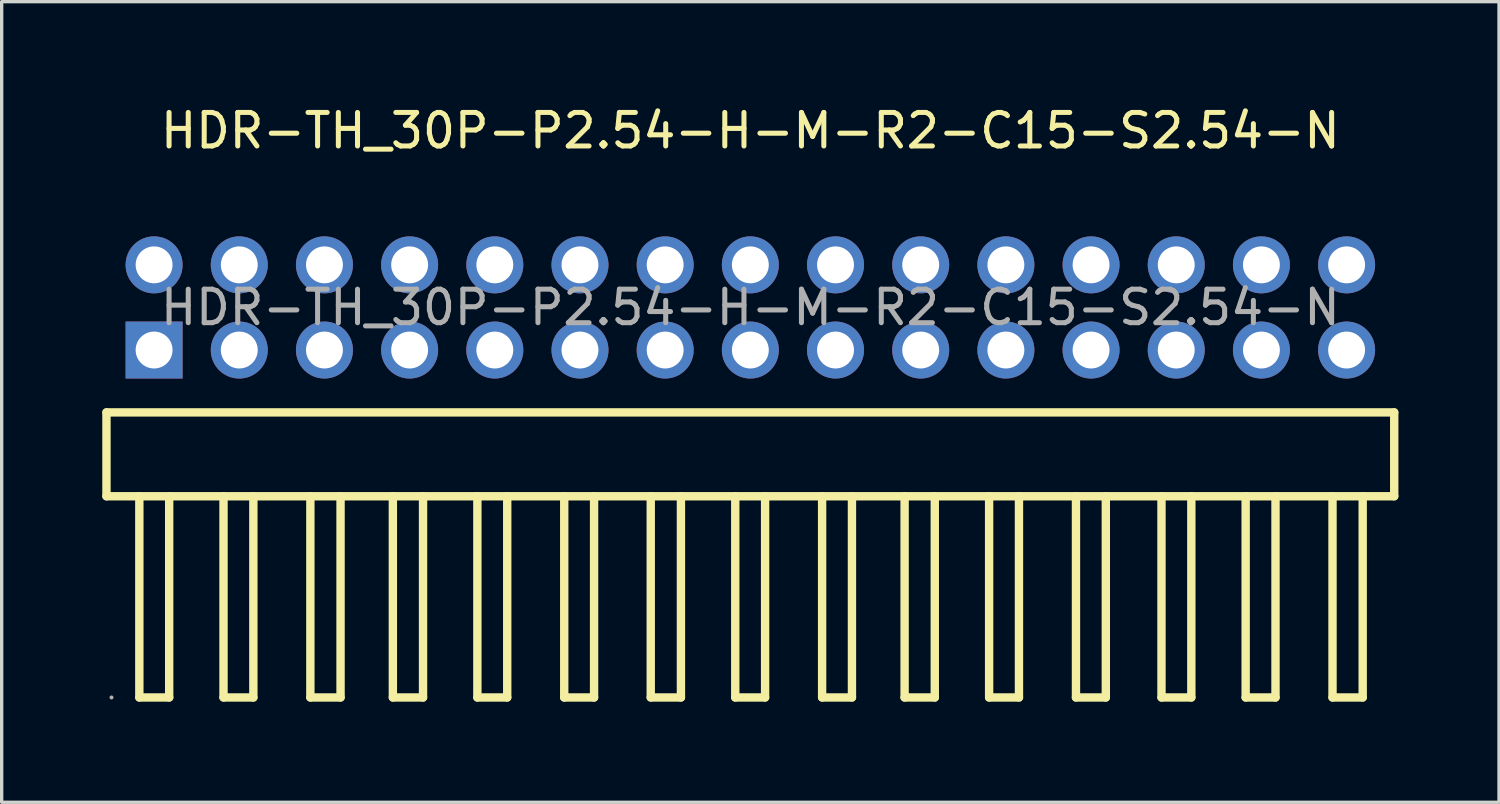
<source format=kicad_pcb>
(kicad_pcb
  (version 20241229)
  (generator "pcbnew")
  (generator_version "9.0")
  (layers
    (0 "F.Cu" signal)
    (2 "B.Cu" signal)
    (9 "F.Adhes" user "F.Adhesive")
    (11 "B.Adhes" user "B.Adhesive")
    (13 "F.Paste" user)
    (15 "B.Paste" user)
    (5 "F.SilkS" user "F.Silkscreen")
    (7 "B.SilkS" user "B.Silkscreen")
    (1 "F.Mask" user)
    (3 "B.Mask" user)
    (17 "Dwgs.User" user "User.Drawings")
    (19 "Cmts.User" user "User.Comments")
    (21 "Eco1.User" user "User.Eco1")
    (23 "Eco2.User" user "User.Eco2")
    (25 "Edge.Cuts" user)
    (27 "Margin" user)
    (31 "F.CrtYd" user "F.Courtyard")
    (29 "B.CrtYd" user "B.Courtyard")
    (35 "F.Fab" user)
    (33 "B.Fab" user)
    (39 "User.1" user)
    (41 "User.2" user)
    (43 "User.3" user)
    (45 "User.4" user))
  (footprint "HDR-TH_30P-P2.54-H-M-R2-C15-S2.54-N"
    (layer "F.Cu")
    (at 19.325 6.118)
    (property "Reference" "HDR-TH_30P-P2.54-H-M-R2-C15-S2.54-N" (at 0 -5.27 0) (layer "F.SilkS") (effects (font (size 1 1) (thickness 0.15))))
    (attr through_hole)
    (fp_line (start -19.2 3.13) (end 19.2 3.13) (stroke (width 0.25) (type solid)) (layer "F.SilkS"))
    (fp_line (start -19.2 5.63) (end -19.2 3.13) (stroke (width 0.25) (type solid)) (layer "F.SilkS"))
    (fp_line (start -19.2 5.63) (end 19.2 5.63) (stroke (width 0.25) (type solid)) (layer "F.SilkS"))
    (fp_line (start -18.22 5.63) (end -18.22 11.63) (stroke (width 0.25) (type solid)) (layer "F.SilkS"))
    (fp_line (start -18.22 11.63) (end -17.33 11.63) (stroke (width 0.25) (type solid)) (layer "F.SilkS"))
    (fp_line (start -17.33 11.63) (end -17.33 5.63) (stroke (width 0.25) (type solid)) (layer "F.SilkS"))
    (fp_line (start -15.71 5.63) (end -15.71 11.63) (stroke (width 0.25) (type solid)) (layer "F.SilkS"))
    (fp_line (start -15.71 11.63) (end -14.82 11.63) (stroke (width 0.25) (type solid)) (layer "F.SilkS"))
    (fp_line (start -14.82 11.63) (end -14.82 5.63) (stroke (width 0.25) (type solid)) (layer "F.SilkS"))
    (fp_line (start -13.12 5.63) (end -13.12 11.63) (stroke (width 0.25) (type solid)) (layer "F.SilkS"))
    (fp_line (start -13.12 11.63) (end -12.22 11.63) (stroke (width 0.25) (type solid)) (layer "F.SilkS"))
    (fp_line (start -12.22 11.63) (end -12.22 5.63) (stroke (width 0.25) (type solid)) (layer "F.SilkS"))
    (fp_line (start -10.66 5.63) (end -10.66 11.63) (stroke (width 0.25) (type solid)) (layer "F.SilkS"))
    (fp_line (start -10.66 11.63) (end -9.76 11.63) (stroke (width 0.25) (type solid)) (layer "F.SilkS"))
    (fp_line (start -9.76 11.63) (end -9.76 5.63) (stroke (width 0.25) (type solid)) (layer "F.SilkS"))
    (fp_line (start -8.14 5.63) (end -8.14 11.63) (stroke (width 0.25) (type solid)) (layer "F.SilkS"))
    (fp_line (start -8.14 11.63) (end -7.25 11.63) (stroke (width 0.25) (type solid)) (layer "F.SilkS"))
    (fp_line (start -7.25 11.63) (end -7.25 5.63) (stroke (width 0.25) (type solid)) (layer "F.SilkS"))
    (fp_line (start -5.55 5.63) (end -5.55 11.63) (stroke (width 0.25) (type solid)) (layer "F.SilkS"))
    (fp_line (start -5.55 11.63) (end -4.66 11.63) (stroke (width 0.25) (type solid)) (layer "F.SilkS"))
    (fp_line (start -4.66 11.63) (end -4.66 5.63) (stroke (width 0.25) (type solid)) (layer "F.SilkS"))
    (fp_line (start -2.97 5.63) (end -2.97 11.63) (stroke (width 0.25) (type solid)) (layer "F.SilkS"))
    (fp_line (start -2.97 11.63) (end -2.07 11.63) (stroke (width 0.25) (type solid)) (layer "F.SilkS"))
    (fp_line (start -2.07 11.63) (end -2.07 5.63) (stroke (width 0.25) (type solid)) (layer "F.SilkS"))
    (fp_line (start -0.45 5.63) (end -0.45 11.63) (stroke (width 0.25) (type solid)) (layer "F.SilkS"))
    (fp_line (start -0.45 11.63) (end 0.44 11.63) (stroke (width 0.25) (type solid)) (layer "F.SilkS"))
    (fp_line (start 0.44 11.63) (end 0.44 5.63) (stroke (width 0.25) (type solid)) (layer "F.SilkS"))
    (fp_line (start 2.14 5.63) (end 2.14 11.63) (stroke (width 0.25) (type solid)) (layer "F.SilkS"))
    (fp_line (start 2.14 11.63) (end 3.03 11.63) (stroke (width 0.25) (type solid)) (layer "F.SilkS"))
    (fp_line (start 3.03 11.63) (end 3.03 5.63) (stroke (width 0.25) (type solid)) (layer "F.SilkS"))
    (fp_line (start 4.6 5.63) (end 4.6 11.63) (stroke (width 0.25) (type solid)) (layer "F.SilkS"))
    (fp_line (start 4.6 11.63) (end 5.5 11.63) (stroke (width 0.25) (type solid)) (layer "F.SilkS"))
    (fp_line (start 5.5 11.63) (end 5.5 5.63) (stroke (width 0.25) (type solid)) (layer "F.SilkS"))
    (fp_line (start 7.12 5.63) (end 7.12 11.63) (stroke (width 0.25) (type solid)) (layer "F.SilkS"))
    (fp_line (start 7.12 11.63) (end 8.01 11.63) (stroke (width 0.25) (type solid)) (layer "F.SilkS"))
    (fp_line (start 8.01 11.63) (end 8.01 5.63) (stroke (width 0.25) (type solid)) (layer "F.SilkS"))
    (fp_line (start 9.71 5.63) (end 9.71 11.63) (stroke (width 0.25) (type solid)) (layer "F.SilkS"))
    (fp_line (start 9.71 11.63) (end 10.6 11.63) (stroke (width 0.25) (type solid)) (layer "F.SilkS"))
    (fp_line (start 10.6 11.63) (end 10.6 5.63) (stroke (width 0.25) (type solid)) (layer "F.SilkS"))
    (fp_line (start 12.26 5.63) (end 12.26 11.63) (stroke (width 0.25) (type solid)) (layer "F.SilkS"))
    (fp_line (start 12.26 11.63) (end 13.15 11.63) (stroke (width 0.25) (type solid)) (layer "F.SilkS"))
    (fp_line (start 13.15 11.63) (end 13.15 5.63) (stroke (width 0.25) (type solid)) (layer "F.SilkS"))
    (fp_line (start 14.77 5.63) (end 14.77 11.63) (stroke (width 0.25) (type solid)) (layer "F.SilkS"))
    (fp_line (start 14.77 11.63) (end 15.66 11.63) (stroke (width 0.25) (type solid)) (layer "F.SilkS"))
    (fp_line (start 15.66 11.63) (end 15.66 5.63) (stroke (width 0.25) (type solid)) (layer "F.SilkS"))
    (fp_line (start 17.36 5.63) (end 17.36 11.63) (stroke (width 0.25) (type solid)) (layer "F.SilkS"))
    (fp_line (start 17.36 11.63) (end 18.26 11.63) (stroke (width 0.25) (type solid)) (layer "F.SilkS"))
    (fp_line (start 18.26 11.63) (end 18.26 5.63) (stroke (width 0.25) (type solid)) (layer "F.SilkS"))
    (fp_line (start 19.2 5.63) (end 19.2 3.13) (stroke (width 0.25) (type solid)) (layer "F.SilkS"))
    (fp_circle (center -19.05 11.63) (end -19.02 11.63) (stroke (width 0.06) (type solid)) (fill no) (layer "F.Fab"))
    (fp_text user "${REFERENCE}" (at 0 0 0) (layer "F.Fab") (effects (font (size 1 1) (thickness 0.15))))
    (pad "1" thru_hole rect (at -17.78 1.27) (size 1.7 1.7) (drill 1.1) (layers "*.Cu" "*.Mask"))
    (pad "2" thru_hole circle (at -17.78 -1.27) (size 1.7 1.7) (drill 1.1) (layers "*.Cu" "*.Mask"))
    (pad "3" thru_hole circle (at -15.24 1.27) (size 1.7 1.7) (drill 1.1) (layers "*.Cu" "*.Mask"))
    (pad "4" thru_hole circle (at -15.24 -1.27) (size 1.7 1.7) (drill 1.1) (layers "*.Cu" "*.Mask"))
    (pad "5" thru_hole circle (at -12.7 1.27) (size 1.7 1.7) (drill 1.1) (layers "*.Cu" "*.Mask"))
    (pad "6" thru_hole circle (at -12.7 -1.27) (size 1.7 1.7) (drill 1.1) (layers "*.Cu" "*.Mask"))
    (pad "7" thru_hole circle (at -10.16 1.27) (size 1.7 1.7) (drill 1.1) (layers "*.Cu" "*.Mask"))
    (pad "8" thru_hole circle (at -10.16 -1.27) (size 1.7 1.7) (drill 1.1) (layers "*.Cu" "*.Mask"))
    (pad "9" thru_hole circle (at -7.62 1.27) (size 1.7 1.7) (drill 1.1) (layers "*.Cu" "*.Mask"))
    (pad "10" thru_hole circle (at -7.62 -1.27) (size 1.7 1.7) (drill 1.1) (layers "*.Cu" "*.Mask"))
    (pad "11" thru_hole circle (at -5.08 1.27) (size 1.7 1.7) (drill 1.1) (layers "*.Cu" "*.Mask"))
    (pad "12" thru_hole circle (at -5.08 -1.27) (size 1.7 1.7) (drill 1.1) (layers "*.Cu" "*.Mask"))
    (pad "13" thru_hole circle (at -2.54 1.27) (size 1.7 1.7) (drill 1.1) (layers "*.Cu" "*.Mask"))
    (pad "14" thru_hole circle (at -2.54 -1.27) (size 1.7 1.7) (drill 1.1) (layers "*.Cu" "*.Mask"))
    (pad "15" thru_hole circle (at 0 1.27) (size 1.7 1.7) (drill 1.1) (layers "*.Cu" "*.Mask"))
    (pad "16" thru_hole circle (at 0 -1.27) (size 1.7 1.7) (drill 1.1) (layers "*.Cu" "*.Mask"))
    (pad "17" thru_hole circle (at 2.54 1.27) (size 1.7 1.7) (drill 1.1) (layers "*.Cu" "*.Mask"))
    (pad "18" thru_hole circle (at 2.54 -1.27) (size 1.7 1.7) (drill 1.1) (layers "*.Cu" "*.Mask"))
    (pad "19" thru_hole circle (at 5.08 1.27) (size 1.7 1.7) (drill 1.1) (layers "*.Cu" "*.Mask"))
    (pad "20" thru_hole circle (at 5.08 -1.27) (size 1.7 1.7) (drill 1.1) (layers "*.Cu" "*.Mask"))
    (pad "21" thru_hole circle (at 7.62 1.27) (size 1.7 1.7) (drill 1.1) (layers "*.Cu" "*.Mask"))
    (pad "22" thru_hole circle (at 7.62 -1.27) (size 1.7 1.7) (drill 1.1) (layers "*.Cu" "*.Mask"))
    (pad "23" thru_hole circle (at 10.16 1.27) (size 1.7 1.7) (drill 1.1) (layers "*.Cu" "*.Mask"))
    (pad "24" thru_hole circle (at 10.16 -1.27) (size 1.7 1.7) (drill 1.1) (layers "*.Cu" "*.Mask"))
    (pad "25" thru_hole circle (at 12.7 1.27) (size 1.7 1.7) (drill 1.1) (layers "*.Cu" "*.Mask"))
    (pad "26" thru_hole circle (at 12.7 -1.27) (size 1.7 1.7) (drill 1.1) (layers "*.Cu" "*.Mask"))
    (pad "27" thru_hole circle (at 15.24 1.27) (size 1.7 1.7) (drill 1.1) (layers "*.Cu" "*.Mask"))
    (pad "28" thru_hole circle (at 15.24 -1.27) (size 1.7 1.7) (drill 1.1) (layers "*.Cu" "*.Mask"))
    (pad "29" thru_hole circle (at 17.78 1.27) (size 1.7 1.7) (drill 1.1) (layers "*.Cu" "*.Mask"))
    (pad "30" thru_hole circle (at 17.78 -1.27) (size 1.7 1.7) (drill 1.1) (layers "*.Cu" "*.Mask")))
  (gr_rect
    (start -3 -3)
    (end 41.65 20.873)
    (stroke (width 0.1) (type default))
    (fill no)
    (layer "Edge.Cuts")))
</source>
